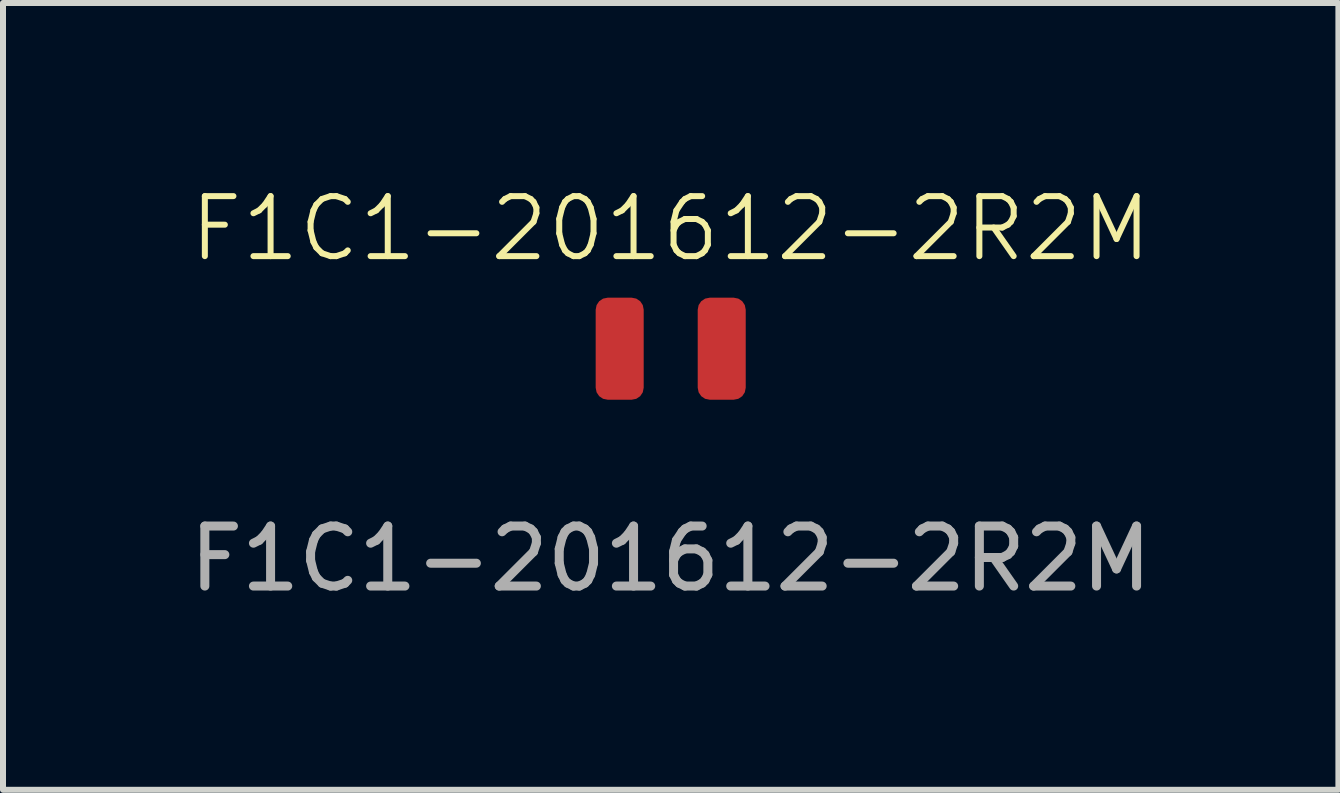
<source format=kicad_pcb>
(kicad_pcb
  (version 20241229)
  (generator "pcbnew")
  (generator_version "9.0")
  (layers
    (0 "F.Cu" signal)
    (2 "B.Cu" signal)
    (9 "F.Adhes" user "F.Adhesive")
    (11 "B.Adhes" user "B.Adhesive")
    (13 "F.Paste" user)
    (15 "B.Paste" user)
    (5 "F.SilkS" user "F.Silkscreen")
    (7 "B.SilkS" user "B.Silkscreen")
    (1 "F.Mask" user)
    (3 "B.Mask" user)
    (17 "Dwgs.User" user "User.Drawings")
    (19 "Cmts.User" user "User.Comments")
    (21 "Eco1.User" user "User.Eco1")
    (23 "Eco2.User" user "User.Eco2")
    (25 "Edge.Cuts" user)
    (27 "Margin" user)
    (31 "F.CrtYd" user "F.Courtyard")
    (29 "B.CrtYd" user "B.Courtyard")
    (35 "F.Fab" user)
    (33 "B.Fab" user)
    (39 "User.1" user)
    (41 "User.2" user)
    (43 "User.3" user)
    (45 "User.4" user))
  (footprint "F1C1-201612-2R2M"
    (layer "F.Cu")
    (at 8.125 2.76)
    (property "Reference" "F1C1-201612-2R2M" (at 0 -2 0) (unlocked yes) (layer "F.SilkS") (effects (font (size 1 1) (thickness 0.1))))
    (attr smd)
    (fp_text user "${REFERENCE}" (at 0 3.5 0) (unlocked yes) (layer "F.Fab") (effects (font (size 1 1) (thickness 0.15))))
    (pad "1" smd roundrect (at -0.85 0) (size 0.8 1.7) (layers "F.Cu" "F.Mask" "F.Paste") (roundrect_rratio 0.25))
    (pad "2" smd roundrect (at 0.85 0) (size 0.8 1.7) (layers "F.Cu" "F.Mask" "F.Paste") (roundrect_rratio 0.25)))
  (gr_rect
    (start -3 -3)
    (end 19.25 10.109)
    (stroke (width 0.1) (type default))
    (fill no)
    (layer "Edge.Cuts")))
</source>
